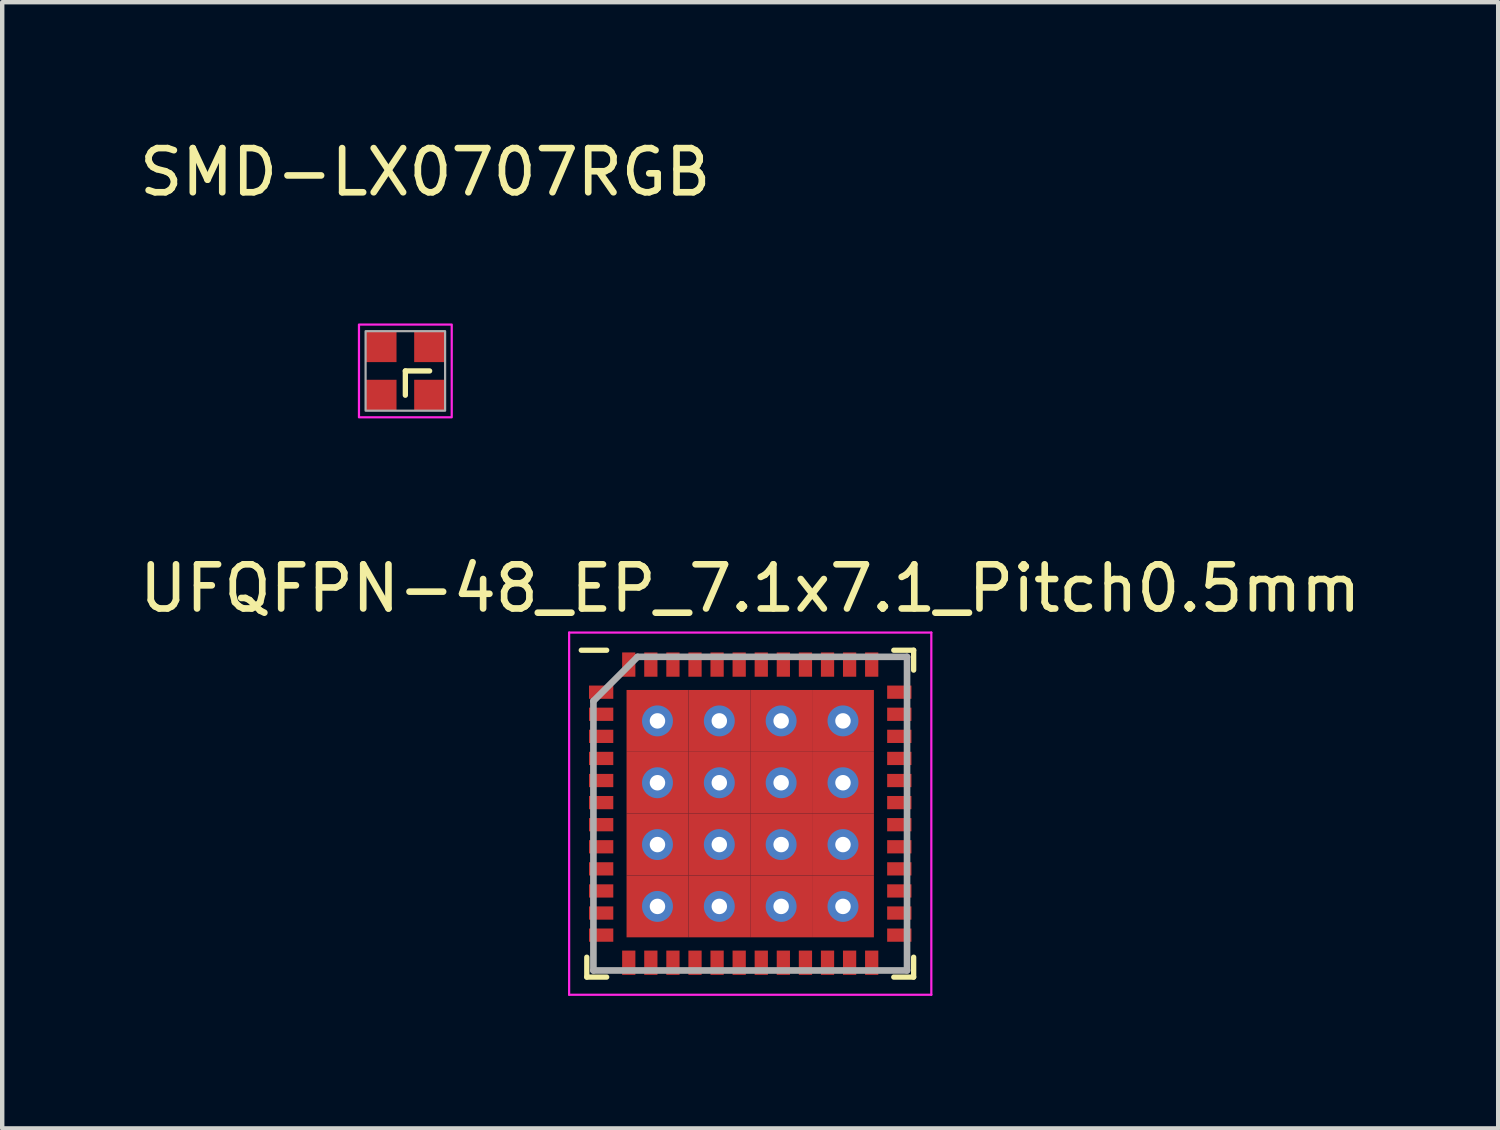
<source format=kicad_pcb>
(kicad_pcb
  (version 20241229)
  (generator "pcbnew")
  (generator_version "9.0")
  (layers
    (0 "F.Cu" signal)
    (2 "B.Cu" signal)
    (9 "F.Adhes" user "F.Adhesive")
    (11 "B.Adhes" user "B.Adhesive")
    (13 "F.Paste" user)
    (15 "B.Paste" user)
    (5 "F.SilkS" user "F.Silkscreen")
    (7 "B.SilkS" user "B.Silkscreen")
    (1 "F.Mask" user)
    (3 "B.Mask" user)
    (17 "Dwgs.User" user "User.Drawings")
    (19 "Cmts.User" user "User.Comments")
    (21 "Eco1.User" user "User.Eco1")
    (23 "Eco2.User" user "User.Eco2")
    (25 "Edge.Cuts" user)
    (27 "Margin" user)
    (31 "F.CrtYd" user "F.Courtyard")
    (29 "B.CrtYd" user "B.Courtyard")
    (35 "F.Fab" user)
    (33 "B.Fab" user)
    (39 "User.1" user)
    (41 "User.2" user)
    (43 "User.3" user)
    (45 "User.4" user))
  (footprint "UFQFPN-48_EP_7.1x7.1_Pitch0.5mm"
    (layer "F.Cu")
    (at 13.935 15.371)
    (property "Reference" "UFQFPN-48_EP_7.1x7.1_Pitch0.5mm" (at 0 -5.1 0) (layer "F.SilkS") (effects (font (size 1 1) (thickness 0.15))))
    (attr smd)
    (fp_line (start -3.7 3.7) (end -3.7 3.25) (stroke (width 0.12) (type solid)) (layer "F.SilkS"))
    (fp_line (start -3.25 -3.7) (end -3.825 -3.7) (stroke (width 0.12) (type solid)) (layer "F.SilkS"))
    (fp_line (start -3.25 3.7) (end -3.7 3.7) (stroke (width 0.12) (type solid)) (layer "F.SilkS"))
    (fp_line (start 3.25 -3.7) (end 3.7 -3.7) (stroke (width 0.12) (type solid)) (layer "F.SilkS"))
    (fp_line (start 3.25 3.7) (end 3.7 3.7) (stroke (width 0.12) (type solid)) (layer "F.SilkS"))
    (fp_line (start 3.7 -3.7) (end 3.7 -3.25) (stroke (width 0.12) (type solid)) (layer "F.SilkS"))
    (fp_line (start 3.7 3.7) (end 3.7 3.25) (stroke (width 0.12) (type solid)) (layer "F.SilkS"))
    (fp_line (start -4.1 -4.1) (end 4.1 -4.1) (stroke (width 0.05) (type solid)) (layer "F.CrtYd"))
    (fp_line (start -4.1 4.1) (end -4.1 -4.1) (stroke (width 0.05) (type solid)) (layer "F.CrtYd"))
    (fp_line (start 4.1 -4.1) (end 4.1 4.1) (stroke (width 0.05) (type solid)) (layer "F.CrtYd"))
    (fp_line (start 4.1 4.1) (end -4.1 4.1) (stroke (width 0.05) (type solid)) (layer "F.CrtYd"))
    (fp_line (start -3.55 -2.55) (end -3.55 3.55) (stroke (width 0.15) (type solid)) (layer "F.Fab"))
    (fp_line (start -3.55 3.55) (end 3.55 3.55) (stroke (width 0.15) (type solid)) (layer "F.Fab"))
    (fp_line (start -2.55 -3.55) (end -3.55 -2.55) (stroke (width 0.15) (type solid)) (layer "F.Fab"))
    (fp_line (start 3.55 -3.55) (end -2.55 -3.55) (stroke (width 0.15) (type solid)) (layer "F.Fab"))
    (fp_line (start 3.55 3.55) (end 3.55 -3.55) (stroke (width 0.15) (type solid)) (layer "F.Fab"))
    (pad "1" smd rect (at -3.375 -2.75 90) (size 0.3 0.55) (layers "F.Cu" "F.Mask" "F.Paste"))
    (pad "2" smd rect (at -3.375 -2.25 90) (size 0.3 0.55) (layers "F.Cu" "F.Mask" "F.Paste"))
    (pad "3" smd rect (at -3.375 -1.75 90) (size 0.3 0.55) (layers "F.Cu" "F.Mask" "F.Paste"))
    (pad "4" smd rect (at -3.375 -1.25 90) (size 0.3 0.55) (layers "F.Cu" "F.Mask" "F.Paste"))
    (pad "5" smd rect (at -3.375 -0.75 90) (size 0.3 0.55) (layers "F.Cu" "F.Mask" "F.Paste"))
    (pad "6" smd rect (at -3.375 -0.25 90) (size 0.3 0.55) (layers "F.Cu" "F.Mask" "F.Paste"))
    (pad "7" smd rect (at -3.375 0.25 90) (size 0.3 0.55) (layers "F.Cu" "F.Mask" "F.Paste"))
    (pad "8" smd rect (at -3.375 0.75 90) (size 0.3 0.55) (layers "F.Cu" "F.Mask" "F.Paste"))
    (pad "9" smd rect (at -3.375 1.25 90) (size 0.3 0.55) (layers "F.Cu" "F.Mask" "F.Paste"))
    (pad "10" smd rect (at -3.375 1.75 90) (size 0.3 0.55) (layers "F.Cu" "F.Mask" "F.Paste"))
    (pad "11" smd rect (at -3.375 2.25 90) (size 0.3 0.55) (layers "F.Cu" "F.Mask" "F.Paste"))
    (pad "12" smd rect (at -3.375 2.75 90) (size 0.3 0.55) (layers "F.Cu" "F.Mask" "F.Paste"))
    (pad "13" smd rect (at -2.75 3.375) (size 0.3 0.55) (layers "F.Cu" "F.Mask" "F.Paste"))
    (pad "14" smd rect (at -2.25 3.375) (size 0.3 0.55) (layers "F.Cu" "F.Mask" "F.Paste"))
    (pad "15" smd rect (at -1.75 3.375) (size 0.3 0.55) (layers "F.Cu" "F.Mask" "F.Paste"))
    (pad "16" smd rect (at -1.25 3.375) (size 0.3 0.55) (layers "F.Cu" "F.Mask" "F.Paste"))
    (pad "17" smd rect (at -0.75 3.375) (size 0.3 0.55) (layers "F.Cu" "F.Mask" "F.Paste"))
    (pad "18" smd rect (at -0.25 3.375) (size 0.3 0.55) (layers "F.Cu" "F.Mask" "F.Paste"))
    (pad "19" smd rect (at 0.25 3.375) (size 0.3 0.55) (layers "F.Cu" "F.Mask" "F.Paste"))
    (pad "20" smd rect (at 0.75 3.375) (size 0.3 0.55) (layers "F.Cu" "F.Mask" "F.Paste"))
    (pad "21" smd rect (at 1.25 3.375) (size 0.3 0.55) (layers "F.Cu" "F.Mask" "F.Paste"))
    (pad "22" smd rect (at 1.75 3.375) (size 0.3 0.55) (layers "F.Cu" "F.Mask" "F.Paste"))
    (pad "23" smd rect (at 2.25 3.375) (size 0.3 0.55) (layers "F.Cu" "F.Mask" "F.Paste"))
    (pad "24" smd rect (at 2.75 3.375) (size 0.3 0.55) (layers "F.Cu" "F.Mask" "F.Paste"))
    (pad "25" smd rect (at 3.375 2.75 90) (size 0.3 0.55) (layers "F.Cu" "F.Mask" "F.Paste"))
    (pad "26" smd rect (at 3.375 2.25 90) (size 0.3 0.55) (layers "F.Cu" "F.Mask" "F.Paste"))
    (pad "27" smd rect (at 3.375 1.75 90) (size 0.3 0.55) (layers "F.Cu" "F.Mask" "F.Paste"))
    (pad "28" smd rect (at 3.375 1.25 90) (size 0.3 0.55) (layers "F.Cu" "F.Mask" "F.Paste"))
    (pad "29" smd rect (at 3.375 0.75 90) (size 0.3 0.55) (layers "F.Cu" "F.Mask" "F.Paste"))
    (pad "30" smd rect (at 3.375 0.25 90) (size 0.3 0.55) (layers "F.Cu" "F.Mask" "F.Paste"))
    (pad "31" smd rect (at 3.375 -0.25 90) (size 0.3 0.55) (layers "F.Cu" "F.Mask" "F.Paste"))
    (pad "32" smd rect (at 3.375 -0.75 90) (size 0.3 0.55) (layers "F.Cu" "F.Mask" "F.Paste"))
    (pad "33" smd rect (at 3.375 -1.25 90) (size 0.3 0.55) (layers "F.Cu" "F.Mask" "F.Paste"))
    (pad "34" smd rect (at 3.375 -1.75 90) (size 0.3 0.55) (layers "F.Cu" "F.Mask" "F.Paste"))
    (pad "35" smd rect (at 3.375 -2.25 90) (size 0.3 0.55) (layers "F.Cu" "F.Mask" "F.Paste"))
    (pad "36" smd rect (at 3.375 -2.75 90) (size 0.3 0.55) (layers "F.Cu" "F.Mask" "F.Paste"))
    (pad "37" smd rect (at 2.75 -3.375) (size 0.3 0.55) (layers "F.Cu" "F.Mask" "F.Paste"))
    (pad "38" smd rect (at 2.25 -3.375) (size 0.3 0.55) (layers "F.Cu" "F.Mask" "F.Paste"))
    (pad "39" smd rect (at 1.75 -3.375) (size 0.3 0.55) (layers "F.Cu" "F.Mask" "F.Paste"))
    (pad "40" smd rect (at 1.25 -3.375) (size 0.3 0.55) (layers "F.Cu" "F.Mask" "F.Paste"))
    (pad "41" smd rect (at 0.75 -3.375) (size 0.3 0.55) (layers "F.Cu" "F.Mask" "F.Paste"))
    (pad "42" smd rect (at 0.25 -3.375) (size 0.3 0.55) (layers "F.Cu" "F.Mask" "F.Paste"))
    (pad "43" smd rect (at -0.25 -3.375) (size 0.3 0.55) (layers "F.Cu" "F.Mask" "F.Paste"))
    (pad "44" smd rect (at -0.75 -3.375) (size 0.3 0.55) (layers "F.Cu" "F.Mask" "F.Paste"))
    (pad "45" smd rect (at -1.25 -3.375) (size 0.3 0.55) (layers "F.Cu" "F.Mask" "F.Paste"))
    (pad "46" smd rect (at -1.75 -3.375) (size 0.3 0.55) (layers "F.Cu" "F.Mask" "F.Paste"))
    (pad "47" smd rect (at -2.25 -3.375) (size 0.3 0.55) (layers "F.Cu" "F.Mask" "F.Paste"))
    (pad "48" smd rect (at -2.75 -3.375) (size 0.3 0.55) (layers "F.Cu" "F.Mask" "F.Paste"))
    (pad "49" thru_hole circle (at -2.1 -2.1) (size 0.7 0.7) (drill 0.35) (layers "*.Cu" "*.Mask"))
    (pad "49" smd rect (at -2.1 -2.1) (size 1.4 1.4) (layers "F.Cu" "F.Mask" "F.Paste"))
    (pad "49" thru_hole circle (at -2.1 -0.7) (size 0.7 0.7) (drill 0.35) (layers "*.Cu" "*.Mask"))
    (pad "49" smd rect (at -2.1 -0.7) (size 1.4 1.4) (layers "F.Cu" "F.Mask" "F.Paste"))
    (pad "49" thru_hole circle (at -2.1 0.7) (size 0.7 0.7) (drill 0.35) (layers "*.Cu" "*.Mask"))
    (pad "49" smd rect (at -2.1 0.7) (size 1.4 1.4) (layers "F.Cu" "F.Mask" "F.Paste"))
    (pad "49" thru_hole circle (at -2.1 2.1) (size 0.7 0.7) (drill 0.35) (layers "*.Cu" "*.Mask"))
    (pad "49" smd rect (at -2.1 2.1) (size 1.4 1.4) (layers "F.Cu" "F.Mask" "F.Paste"))
    (pad "49" thru_hole circle (at -0.7 -2.1) (size 0.7 0.7) (drill 0.35) (layers "*.Cu" "*.Mask"))
    (pad "49" smd rect (at -0.7 -2.1) (size 1.4 1.4) (layers "F.Cu" "F.Mask" "F.Paste"))
    (pad "49" thru_hole circle (at -0.7 -0.7) (size 0.7 0.7) (drill 0.35) (layers "*.Cu" "*.Mask"))
    (pad "49" smd rect (at -0.7 -0.7) (size 1.4 1.4) (layers "F.Cu" "F.Mask" "F.Paste"))
    (pad "49" thru_hole circle (at -0.7 0.7) (size 0.7 0.7) (drill 0.35) (layers "*.Cu" "*.Mask"))
    (pad "49" smd rect (at -0.7 0.7) (size 1.4 1.4) (layers "F.Cu" "F.Mask" "F.Paste"))
    (pad "49" thru_hole circle (at -0.7 2.1) (size 0.7 0.7) (drill 0.35) (layers "*.Cu" "*.Mask"))
    (pad "49" smd rect (at -0.7 2.1) (size 1.4 1.4) (layers "F.Cu" "F.Mask" "F.Paste"))
    (pad "49" thru_hole circle (at 0.7 -2.1) (size 0.7 0.7) (drill 0.35) (layers "*.Cu" "*.Mask"))
    (pad "49" smd rect (at 0.7 -2.1) (size 1.4 1.4) (layers "F.Cu" "F.Mask" "F.Paste"))
    (pad "49" thru_hole circle (at 0.7 -0.7) (size 0.7 0.7) (drill 0.35) (layers "*.Cu" "*.Mask"))
    (pad "49" smd rect (at 0.7 -0.7) (size 1.4 1.4) (layers "F.Cu" "F.Mask" "F.Paste"))
    (pad "49" thru_hole circle (at 0.7 0.7) (size 0.7 0.7) (drill 0.35) (layers "*.Cu" "*.Mask"))
    (pad "49" smd rect (at 0.7 0.7) (size 1.4 1.4) (layers "F.Cu" "F.Mask" "F.Paste"))
    (pad "49" thru_hole circle (at 0.7 2.1) (size 0.7 0.7) (drill 0.35) (layers "*.Cu" "*.Mask"))
    (pad "49" smd rect (at 0.7 2.1) (size 1.4 1.4) (layers "F.Cu" "F.Mask" "F.Paste"))
    (pad "49" thru_hole circle (at 2.1 -2.1) (size 0.7 0.7) (drill 0.35) (layers "*.Cu" "*.Mask"))
    (pad "49" smd rect (at 2.1 -2.1) (size 1.4 1.4) (layers "F.Cu" "F.Mask" "F.Paste"))
    (pad "49" thru_hole circle (at 2.1 -0.7) (size 0.7 0.7) (drill 0.35) (layers "*.Cu" "*.Mask"))
    (pad "49" smd rect (at 2.1 -0.7) (size 1.4 1.4) (layers "F.Cu" "F.Mask" "F.Paste"))
    (pad "49" thru_hole circle (at 2.1 0.7) (size 0.7 0.7) (drill 0.35) (layers "*.Cu" "*.Mask"))
    (pad "49" smd rect (at 2.1 0.7) (size 1.4 1.4) (layers "F.Cu" "F.Mask" "F.Paste"))
    (pad "49" thru_hole circle (at 2.1 2.1) (size 0.7 0.7) (drill 0.35) (layers "*.Cu" "*.Mask"))
    (pad "49" smd rect (at 2.1 2.1) (size 1.4 1.4) (layers "F.Cu" "F.Mask" "F.Paste")))
  (footprint "SMD-LX0707RGB"
    (layer "F.Cu")
    (at 6.127 5.348)
    (property "Reference" "SMD-LX0707RGB" (at 0.45 -4.5 0) (unlocked yes) (layer "F.SilkS") (effects (font (size 1 1) (thickness 0.15))))
    (fp_line (start 0 0) (end 0.55 0) (stroke (width 0.12) (type solid)) (layer "F.SilkS"))
    (fp_line (start 0 0.55) (end 0 0) (stroke (width 0.12) (type solid)) (layer "F.SilkS"))
    (fp_rect (start -1.05 -1.05) (end 1.05 1.05) (stroke (width 0.05) (type solid)) (fill no) (layer "F.CrtYd"))
    (fp_rect (start -0.9 -0.9) (end 0.9 0.9) (stroke (width 0.05) (type solid)) (fill no) (layer "F.Fab"))
    (pad "1" smd rect (at 0.55 0.55) (size 0.7 0.7) (layers "F.Cu" "F.Mask" "F.Paste"))
    (pad "2" smd rect (at 0.55 -0.55) (size 0.7 0.7) (layers "F.Cu" "F.Mask" "F.Paste"))
    (pad "3" smd rect (at -0.55 -0.55) (size 0.7 0.7) (layers "F.Cu" "F.Mask" "F.Paste"))
    (pad "4" smd rect (at -0.55 0.55) (size 0.7 0.7) (layers "F.Cu" "F.Mask" "F.Paste")))
  (gr_rect
    (start -3 -3)
    (end 30.869 22.497)
    (stroke (width 0.1) (type default))
    (fill no)
    (layer "Edge.Cuts")))
</source>
